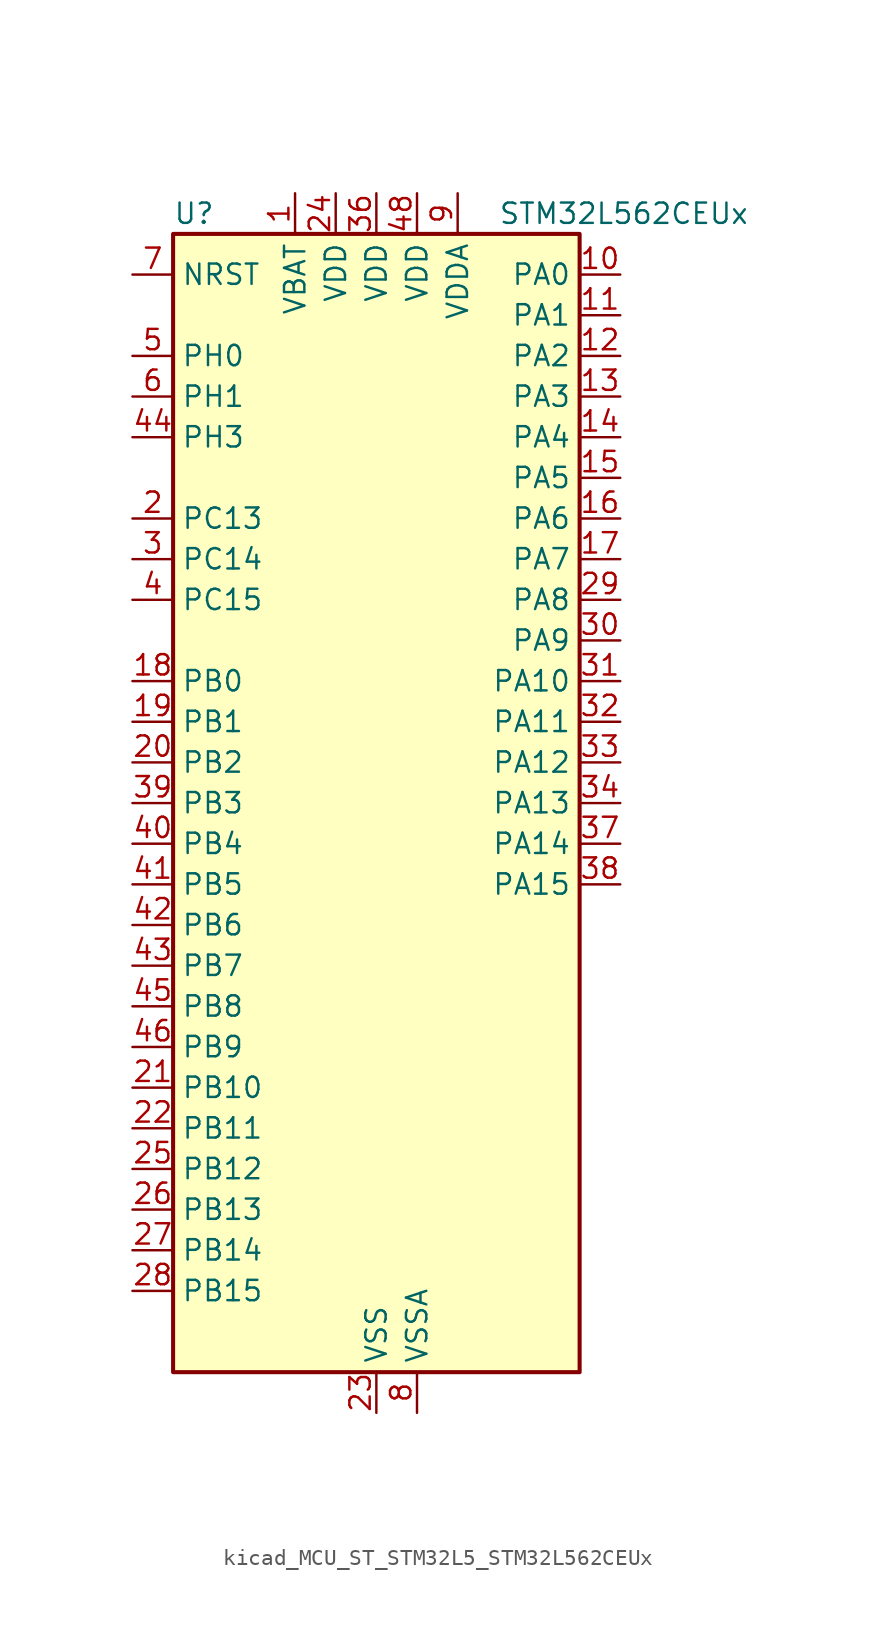
<source format=kicad_sym>
(kicad_symbol_lib
  (version 20220914)
  (generator kicad_symbol_editor)
  (symbol "kicad_MCU_ST_STM32L5_STM32L562CEUx"
    (property "Reference" "U"
      (at -12.7 36.83 0)
      (effects (font (size 1.27 1.27)) (justify left)))
    (property "Value" "STM32L562CEUx"
      (at 7.62 36.83 0)
      (effects (font (size 1.27 1.27)) (justify left)))
    (property "ki_locked" ""
      (at 0 0 0)
      (effects (font (size 1.27 1.27))))
    (symbol "kicad_MCU_ST_STM32L5_STM32L562CEUx_0_1"
      (rectangle (start -12.7 -35.56) (end 12.7 35.56) (stroke (width 0.254) (type default)) (fill (type background))))
    (symbol "kicad_MCU_ST_STM32L5_STM32L562CEUx_1_1"
      (pin power_in line (at -5.08 38.1 270) (length 2.54) (name "VBAT" (effects (font (size 1.27 1.27)))) (number "1" (effects (font (size 1.27 1.27)))))
      (pin bidirectional line (at 15.24 33.02 180) (length 2.54) (name "PA0" (effects (font (size 1.27 1.27)))) (number "10" (effects (font (size 1.27 1.27)))) (alternate "ADC1_IN5" bidirectional line) (alternate "ADC2_IN5" bidirectional line) (alternate "OPAMP1_VINP" bidirectional line) (alternate "PWR_WKUP1" bidirectional line) (alternate "SAI1_EXTCLK" bidirectional line) (alternate "TAMP_IN2" bidirectional line) (alternate "TAMP_OUT1" bidirectional line) (alternate "TIM2_CH1" bidirectional line) (alternate "TIM2_ETR" bidirectional line) (alternate "TIM5_CH1" bidirectional line) (alternate "TIM8_ETR" bidirectional line) (alternate "UART4_TX" bidirectional line) (alternate "USART2_CTS" bidirectional line) (alternate "USART2_NSS" bidirectional line))
      (pin bidirectional line (at 15.24 30.48 180) (length 2.54) (name "PA1" (effects (font (size 1.27 1.27)))) (number "11" (effects (font (size 1.27 1.27)))) (alternate "ADC1_IN6" bidirectional line) (alternate "ADC2_IN6" bidirectional line) (alternate "I2C1_SMBA" bidirectional line) (alternate "OCTOSPI1_DQS" bidirectional line) (alternate "OPAMP1_VINM" bidirectional line) (alternate "SPI1_SCK" bidirectional line) (alternate "TAMP_IN5" bidirectional line) (alternate "TAMP_OUT4" bidirectional line) (alternate "TIM15_CH1N" bidirectional line) (alternate "TIM2_CH2" bidirectional line) (alternate "TIM5_CH2" bidirectional line) (alternate "UART4_RX" bidirectional line) (alternate "USART2_DE" bidirectional line) (alternate "USART2_RTS" bidirectional line))
      (pin bidirectional line (at 15.24 27.94 180) (length 2.54) (name "PA2" (effects (font (size 1.27 1.27)))) (number "12" (effects (font (size 1.27 1.27)))) (alternate "ADC1_IN7" bidirectional line) (alternate "ADC2_IN7" bidirectional line) (alternate "COMP1_INP" bidirectional line) (alternate "LPUART1_TX" bidirectional line) (alternate "OCTOSPI1_NCS" bidirectional line) (alternate "PWR_WKUP4" bidirectional line) (alternate "RCC_LSCO" bidirectional line) (alternate "SAI2_EXTCLK" bidirectional line) (alternate "TIM15_CH1" bidirectional line) (alternate "TIM2_CH3" bidirectional line) (alternate "TIM5_CH3" bidirectional line) (alternate "UCPD1_FRSTX1" bidirectional line) (alternate "USART2_TX" bidirectional line))
      (pin bidirectional line (at 15.24 25.4 180) (length 2.54) (name "PA3" (effects (font (size 1.27 1.27)))) (number "13" (effects (font (size 1.27 1.27)))) (alternate "ADC1_IN8" bidirectional line) (alternate "ADC2_IN8" bidirectional line) (alternate "LPUART1_RX" bidirectional line) (alternate "OCTOSPI1_CLK" bidirectional line) (alternate "OPAMP1_VOUT" bidirectional line) (alternate "SAI1_CK1" bidirectional line) (alternate "SAI1_MCLK_A" bidirectional line) (alternate "TIM15_CH2" bidirectional line) (alternate "TIM2_CH4" bidirectional line) (alternate "TIM5_CH4" bidirectional line) (alternate "USART2_RX" bidirectional line))
      (pin bidirectional line (at 15.24 22.86 180) (length 2.54) (name "PA4" (effects (font (size 1.27 1.27)))) (number "14" (effects (font (size 1.27 1.27)))) (alternate "ADC1_IN9" bidirectional line) (alternate "ADC2_IN9" bidirectional line) (alternate "DAC1_OUT1" bidirectional line) (alternate "LPTIM2_OUT" bidirectional line) (alternate "OCTOSPI1_NCS" bidirectional line) (alternate "SAI1_FS_B" bidirectional line) (alternate "SPI1_NSS" bidirectional line) (alternate "SPI3_NSS" bidirectional line) (alternate "USART2_CK" bidirectional line))
      (pin bidirectional line (at 15.24 20.32 180) (length 2.54) (name "PA5" (effects (font (size 1.27 1.27)))) (number "15" (effects (font (size 1.27 1.27)))) (alternate "ADC1_IN10" bidirectional line) (alternate "ADC2_IN10" bidirectional line) (alternate "DAC1_OUT2" bidirectional line) (alternate "LPTIM2_ETR" bidirectional line) (alternate "SPI1_SCK" bidirectional line) (alternate "TIM2_CH1" bidirectional line) (alternate "TIM2_ETR" bidirectional line) (alternate "TIM8_CH1N" bidirectional line))
      (pin bidirectional line (at 15.24 17.78 180) (length 2.54) (name "PA6" (effects (font (size 1.27 1.27)))) (number "16" (effects (font (size 1.27 1.27)))) (alternate "ADC1_IN11" bidirectional line) (alternate "ADC2_IN11" bidirectional line) (alternate "LPUART1_CTS" bidirectional line) (alternate "OCTOSPI1_IO3" bidirectional line) (alternate "OPAMP2_VINP" bidirectional line) (alternate "SPI1_MISO" bidirectional line) (alternate "TIM16_CH1" bidirectional line) (alternate "TIM1_BKIN" bidirectional line) (alternate "TIM3_CH1" bidirectional line) (alternate "TIM8_BKIN" bidirectional line) (alternate "USART3_CTS" bidirectional line) (alternate "USART3_NSS" bidirectional line))
      (pin bidirectional line (at 15.24 15.24 180) (length 2.54) (name "PA7" (effects (font (size 1.27 1.27)))) (number "17" (effects (font (size 1.27 1.27)))) (alternate "ADC1_IN12" bidirectional line) (alternate "ADC2_IN12" bidirectional line) (alternate "I2C3_SCL" bidirectional line) (alternate "OCTOSPI1_IO2" bidirectional line) (alternate "OPAMP2_VINM" bidirectional line) (alternate "SPI1_MOSI" bidirectional line) (alternate "TIM17_CH1" bidirectional line) (alternate "TIM1_CH1N" bidirectional line) (alternate "TIM3_CH2" bidirectional line) (alternate "TIM8_CH1N" bidirectional line))
      (pin bidirectional line (at -15.24 7.62 0) (length 2.54) (name "PB0" (effects (font (size 1.27 1.27)))) (number "18" (effects (font (size 1.27 1.27)))) (alternate "ADC1_IN15" bidirectional line) (alternate "ADC2_IN15" bidirectional line) (alternate "COMP1_OUT" bidirectional line) (alternate "OCTOSPI1_IO1" bidirectional line) (alternate "OPAMP2_VOUT" bidirectional line) (alternate "SAI1_EXTCLK" bidirectional line) (alternate "SPI1_NSS" bidirectional line) (alternate "TIM1_CH2N" bidirectional line) (alternate "TIM3_CH3" bidirectional line) (alternate "TIM8_CH2N" bidirectional line) (alternate "USART3_CK" bidirectional line))
      (pin bidirectional line (at -15.24 5.08 0) (length 2.54) (name "PB1" (effects (font (size 1.27 1.27)))) (number "19" (effects (font (size 1.27 1.27)))) (alternate "ADC1_IN16" bidirectional line) (alternate "ADC2_IN16" bidirectional line) (alternate "COMP1_INM" bidirectional line) (alternate "DFSDM1_DATIN0" bidirectional line) (alternate "LPTIM2_IN1" bidirectional line) (alternate "LPUART1_DE" bidirectional line) (alternate "LPUART1_RTS" bidirectional line) (alternate "OCTOSPI1_IO0" bidirectional line) (alternate "TIM1_CH3N" bidirectional line) (alternate "TIM3_CH4" bidirectional line) (alternate "TIM8_CH3N" bidirectional line) (alternate "USART3_DE" bidirectional line) (alternate "USART3_RTS" bidirectional line))
      (pin bidirectional line (at -15.24 17.78 0) (length 2.54) (name "PC13" (effects (font (size 1.27 1.27)))) (number "2" (effects (font (size 1.27 1.27)))) (alternate "PWR_WKUP2" bidirectional line) (alternate "RTC_OUT1" bidirectional line) (alternate "RTC_TS" bidirectional line) (alternate "TAMP_IN1" bidirectional line) (alternate "TAMP_OUT2" bidirectional line))
      (pin bidirectional line (at -15.24 2.54 0) (length 2.54) (name "PB2" (effects (font (size 1.27 1.27)))) (number "20" (effects (font (size 1.27 1.27)))) (alternate "COMP1_INP" bidirectional line) (alternate "DFSDM1_CKIN0" bidirectional line) (alternate "I2C3_SMBA" bidirectional line) (alternate "LPTIM1_OUT" bidirectional line) (alternate "OCTOSPI1_DQS" bidirectional line) (alternate "RTC_OUT2" bidirectional line) (alternate "UCPD1_FRSTX1" bidirectional line))
      (pin bidirectional line (at -15.24 -17.78 0) (length 2.54) (name "PB10" (effects (font (size 1.27 1.27)))) (number "21" (effects (font (size 1.27 1.27)))) (alternate "COMP1_OUT" bidirectional line) (alternate "I2C2_SCL" bidirectional line) (alternate "I2C4_SCL" bidirectional line) (alternate "LPTIM3_OUT" bidirectional line) (alternate "LPUART1_RX" bidirectional line) (alternate "OCTOSPI1_CLK" bidirectional line) (alternate "SAI1_SCK_A" bidirectional line) (alternate "SPI2_SCK" bidirectional line) (alternate "TIM2_CH3" bidirectional line) (alternate "TSC_SYNC" bidirectional line) (alternate "USART3_TX" bidirectional line))
      (pin bidirectional line (at -15.24 -20.32 0) (length 2.54) (name "PB11" (effects (font (size 1.27 1.27)))) (number "22" (effects (font (size 1.27 1.27)))) (alternate "ADC1_EXTI11" bidirectional line) (alternate "ADC2_EXTI11" bidirectional line) (alternate "COMP2_OUT" bidirectional line) (alternate "I2C2_SDA" bidirectional line) (alternate "I2C4_SDA" bidirectional line) (alternate "LPUART1_TX" bidirectional line) (alternate "OCTOSPI1_NCS" bidirectional line) (alternate "TIM2_CH4" bidirectional line) (alternate "USART3_RX" bidirectional line))
      (pin power_in line (at 0 -38.1 90) (length 2.54) (name "VSS" (effects (font (size 1.27 1.27)))) (number "23" (effects (font (size 1.27 1.27)))))
      (pin power_in line (at -2.54 38.1 270) (length 2.54) (name "VDD" (effects (font (size 1.27 1.27)))) (number "24" (effects (font (size 1.27 1.27)))))
      (pin bidirectional line (at -15.24 -22.86 0) (length 2.54) (name "PB12" (effects (font (size 1.27 1.27)))) (number "25" (effects (font (size 1.27 1.27)))) (alternate "DFSDM1_DATIN1" bidirectional line) (alternate "I2C2_SMBA" bidirectional line) (alternate "LPUART1_DE" bidirectional line) (alternate "LPUART1_RTS" bidirectional line) (alternate "OCTOSPI1_NCLK" bidirectional line) (alternate "SAI2_FS_A" bidirectional line) (alternate "SPI2_NSS" bidirectional line) (alternate "TIM15_BKIN" bidirectional line) (alternate "TIM1_BKIN" bidirectional line) (alternate "TSC_G1_IO1" bidirectional line) (alternate "USART3_CK" bidirectional line))
      (pin bidirectional line (at -15.24 -25.4 0) (length 2.54) (name "PB13" (effects (font (size 1.27 1.27)))) (number "26" (effects (font (size 1.27 1.27)))) (alternate "DFSDM1_CKIN1" bidirectional line) (alternate "I2C2_SCL" bidirectional line) (alternate "LPTIM3_IN1" bidirectional line) (alternate "LPUART1_CTS" bidirectional line) (alternate "SAI2_SCK_A" bidirectional line) (alternate "SPI2_SCK" bidirectional line) (alternate "TIM15_CH1N" bidirectional line) (alternate "TIM1_CH1N" bidirectional line) (alternate "TSC_G1_IO2" bidirectional line) (alternate "UCPD1_FRSTX2" bidirectional line) (alternate "USART3_CTS" bidirectional line) (alternate "USART3_NSS" bidirectional line))
      (pin bidirectional line (at -15.24 -27.94 0) (length 2.54) (name "PB14" (effects (font (size 1.27 1.27)))) (number "27" (effects (font (size 1.27 1.27)))) (alternate "DFSDM1_DATIN2" bidirectional line) (alternate "I2C2_SDA" bidirectional line) (alternate "LPTIM3_ETR" bidirectional line) (alternate "SAI2_MCLK_A" bidirectional line) (alternate "SPI2_MISO" bidirectional line) (alternate "TIM15_CH1" bidirectional line) (alternate "TIM1_CH2N" bidirectional line) (alternate "TIM8_CH2N" bidirectional line) (alternate "TSC_G1_IO3" bidirectional line) (alternate "UCPD1_DBCC2" bidirectional line) (alternate "USART3_DE" bidirectional line) (alternate "USART3_RTS" bidirectional line))
      (pin bidirectional line (at -15.24 -30.48 0) (length 2.54) (name "PB15" (effects (font (size 1.27 1.27)))) (number "28" (effects (font (size 1.27 1.27)))) (alternate "ADC1_EXTI15" bidirectional line) (alternate "ADC2_EXTI15" bidirectional line) (alternate "DFSDM1_CKIN2" bidirectional line) (alternate "RTC_REFIN" bidirectional line) (alternate "SAI2_SD_A" bidirectional line) (alternate "SPI2_MOSI" bidirectional line) (alternate "TIM15_CH2" bidirectional line) (alternate "TIM1_CH3N" bidirectional line) (alternate "TIM8_CH3N" bidirectional line) (alternate "UCPD1_CC2" bidirectional line))
      (pin bidirectional line (at 15.24 12.7 180) (length 2.54) (name "PA8" (effects (font (size 1.27 1.27)))) (number "29" (effects (font (size 1.27 1.27)))) (alternate "LPTIM2_OUT" bidirectional line) (alternate "RCC_MCO" bidirectional line) (alternate "SAI1_CK2" bidirectional line) (alternate "SAI1_SCK_A" bidirectional line) (alternate "TIM1_CH1" bidirectional line) (alternate "USART1_CK" bidirectional line))
      (pin bidirectional line (at -15.24 15.24 0) (length 2.54) (name "PC14" (effects (font (size 1.27 1.27)))) (number "3" (effects (font (size 1.27 1.27)))) (alternate "RCC_OSC32_IN" bidirectional line))
      (pin bidirectional line (at 15.24 10.16 180) (length 2.54) (name "PA9" (effects (font (size 1.27 1.27)))) (number "30" (effects (font (size 1.27 1.27)))) (alternate "DAC1_EXTI9" bidirectional line) (alternate "SAI1_FS_A" bidirectional line) (alternate "SPI2_SCK" bidirectional line) (alternate "TIM15_BKIN" bidirectional line) (alternate "TIM1_CH2" bidirectional line) (alternate "USART1_TX" bidirectional line))
      (pin bidirectional line (at 15.24 7.62 180) (length 2.54) (name "PA10" (effects (font (size 1.27 1.27)))) (number "31" (effects (font (size 1.27 1.27)))) (alternate "CRS_SYNC" bidirectional line) (alternate "SAI1_D1" bidirectional line) (alternate "SAI1_SD_A" bidirectional line) (alternate "TIM17_BKIN" bidirectional line) (alternate "TIM1_CH3" bidirectional line) (alternate "USART1_RX" bidirectional line))
      (pin bidirectional line (at 15.24 5.08 180) (length 2.54) (name "PA11" (effects (font (size 1.27 1.27)))) (number "32" (effects (font (size 1.27 1.27)))) (alternate "ADC1_EXTI11" bidirectional line) (alternate "ADC2_EXTI11" bidirectional line) (alternate "FDCAN1_RX" bidirectional line) (alternate "SPI1_MISO" bidirectional line) (alternate "TIM1_BKIN2" bidirectional line) (alternate "TIM1_CH4" bidirectional line) (alternate "USART1_CTS" bidirectional line) (alternate "USART1_NSS" bidirectional line) (alternate "USB_DM" bidirectional line))
      (pin bidirectional line (at 15.24 2.54 180) (length 2.54) (name "PA12" (effects (font (size 1.27 1.27)))) (number "33" (effects (font (size 1.27 1.27)))) (alternate "FDCAN1_TX" bidirectional line) (alternate "SPI1_MOSI" bidirectional line) (alternate "TIM1_ETR" bidirectional line) (alternate "USART1_DE" bidirectional line) (alternate "USART1_RTS" bidirectional line) (alternate "USB_DP" bidirectional line))
      (pin bidirectional line (at 15.24 0 180) (length 2.54) (name "PA13" (effects (font (size 1.27 1.27)))) (number "34" (effects (font (size 1.27 1.27)))) (alternate "DEBUG_JTMS-SWDIO" bidirectional line) (alternate "IR_OUT" bidirectional line) (alternate "SAI1_SD_B" bidirectional line) (alternate "USB_NOE" bidirectional line))
      (pin passive line (at 0 -38.1 90) (length 2.54) hide (name "VSS" (effects (font (size 1.27 1.27)))) (number "35" (effects (font (size 1.27 1.27)))))
      (pin power_in line (at 0 38.1 270) (length 2.54) (name "VDD" (effects (font (size 1.27 1.27)))) (number "36" (effects (font (size 1.27 1.27)))))
      (pin bidirectional line (at 15.24 -2.54 180) (length 2.54) (name "PA14" (effects (font (size 1.27 1.27)))) (number "37" (effects (font (size 1.27 1.27)))) (alternate "DEBUG_JTCK-SWCLK" bidirectional line) (alternate "I2C1_SMBA" bidirectional line) (alternate "I2C4_SMBA" bidirectional line) (alternate "LPTIM1_OUT" bidirectional line) (alternate "SAI1_FS_B" bidirectional line))
      (pin bidirectional line (at 15.24 -5.08 180) (length 2.54) (name "PA15" (effects (font (size 1.27 1.27)))) (number "38" (effects (font (size 1.27 1.27)))) (alternate "ADC1_EXTI15" bidirectional line) (alternate "ADC2_EXTI15" bidirectional line) (alternate "DEBUG_JTDI" bidirectional line) (alternate "SAI2_FS_B" bidirectional line) (alternate "SPI1_NSS" bidirectional line) (alternate "SPI3_NSS" bidirectional line) (alternate "TIM2_CH1" bidirectional line) (alternate "TIM2_ETR" bidirectional line) (alternate "UART4_DE" bidirectional line) (alternate "UART4_RTS" bidirectional line) (alternate "UCPD1_CC1" bidirectional line) (alternate "USART2_RX" bidirectional line) (alternate "USART3_DE" bidirectional line) (alternate "USART3_RTS" bidirectional line))
      (pin bidirectional line (at -15.24 0 0) (length 2.54) (name "PB3" (effects (font (size 1.27 1.27)))) (number "39" (effects (font (size 1.27 1.27)))) (alternate "COMP2_INM" bidirectional line) (alternate "CRS_SYNC" bidirectional line) (alternate "DEBUG_JTDO-SWO" bidirectional line) (alternate "SAI1_SCK_B" bidirectional line) (alternate "SPI1_SCK" bidirectional line) (alternate "SPI3_SCK" bidirectional line) (alternate "TIM2_CH2" bidirectional line) (alternate "USART1_DE" bidirectional line) (alternate "USART1_RTS" bidirectional line))
      (pin bidirectional line (at -15.24 12.7 0) (length 2.54) (name "PC15" (effects (font (size 1.27 1.27)))) (number "4" (effects (font (size 1.27 1.27)))) (alternate "ADC1_EXTI15" bidirectional line) (alternate "ADC2_EXTI15" bidirectional line) (alternate "RCC_OSC32_OUT" bidirectional line))
      (pin bidirectional line (at -15.24 -2.54 0) (length 2.54) (name "PB4" (effects (font (size 1.27 1.27)))) (number "40" (effects (font (size 1.27 1.27)))) (alternate "COMP2_INP" bidirectional line) (alternate "DEBUG_JTRST" bidirectional line) (alternate "I2C3_SDA" bidirectional line) (alternate "SAI1_MCLK_B" bidirectional line) (alternate "SPI1_MISO" bidirectional line) (alternate "SPI3_MISO" bidirectional line) (alternate "TIM17_BKIN" bidirectional line) (alternate "TIM3_CH1" bidirectional line) (alternate "TSC_G2_IO1" bidirectional line) (alternate "USART1_CTS" bidirectional line) (alternate "USART1_NSS" bidirectional line))
      (pin bidirectional line (at -15.24 -5.08 0) (length 2.54) (name "PB5" (effects (font (size 1.27 1.27)))) (number "41" (effects (font (size 1.27 1.27)))) (alternate "COMP2_OUT" bidirectional line) (alternate "I2C1_SMBA" bidirectional line) (alternate "LPTIM1_IN1" bidirectional line) (alternate "OCTOSPI1_NCLK" bidirectional line) (alternate "SAI1_SD_B" bidirectional line) (alternate "SPI1_MOSI" bidirectional line) (alternate "SPI3_MOSI" bidirectional line) (alternate "TIM16_BKIN" bidirectional line) (alternate "TIM3_CH2" bidirectional line) (alternate "TSC_G2_IO2" bidirectional line) (alternate "UCPD1_DBCC1" bidirectional line) (alternate "USART1_CK" bidirectional line))
      (pin bidirectional line (at -15.24 -7.62 0) (length 2.54) (name "PB6" (effects (font (size 1.27 1.27)))) (number "42" (effects (font (size 1.27 1.27)))) (alternate "COMP2_INP" bidirectional line) (alternate "I2C1_SCL" bidirectional line) (alternate "I2C4_SCL" bidirectional line) (alternate "LPTIM1_ETR" bidirectional line) (alternate "SAI1_FS_B" bidirectional line) (alternate "TIM16_CH1N" bidirectional line) (alternate "TIM4_CH1" bidirectional line) (alternate "TIM8_BKIN2" bidirectional line) (alternate "TSC_G2_IO3" bidirectional line) (alternate "USART1_TX" bidirectional line))
      (pin bidirectional line (at -15.24 -10.16 0) (length 2.54) (name "PB7" (effects (font (size 1.27 1.27)))) (number "43" (effects (font (size 1.27 1.27)))) (alternate "COMP2_INM" bidirectional line) (alternate "I2C1_SDA" bidirectional line) (alternate "I2C4_SDA" bidirectional line) (alternate "LPTIM1_IN2" bidirectional line) (alternate "PWR_PVD_IN" bidirectional line) (alternate "TIM17_CH1N" bidirectional line) (alternate "TIM4_CH2" bidirectional line) (alternate "TIM8_BKIN" bidirectional line) (alternate "TSC_G2_IO4" bidirectional line) (alternate "UART4_CTS" bidirectional line) (alternate "USART1_RX" bidirectional line))
      (pin bidirectional line (at -15.24 22.86 0) (length 2.54) (name "PH3" (effects (font (size 1.27 1.27)))) (number "44" (effects (font (size 1.27 1.27)))))
      (pin bidirectional line (at -15.24 -12.7 0) (length 2.54) (name "PB8" (effects (font (size 1.27 1.27)))) (number "45" (effects (font (size 1.27 1.27)))) (alternate "DFSDM1_CKOUT" bidirectional line) (alternate "FDCAN1_RX" bidirectional line) (alternate "I2C1_SCL" bidirectional line) (alternate "SAI1_CK1" bidirectional line) (alternate "SAI1_MCLK_A" bidirectional line) (alternate "TIM16_CH1" bidirectional line) (alternate "TIM4_CH3" bidirectional line))
      (pin bidirectional line (at -15.24 -15.24 0) (length 2.54) (name "PB9" (effects (font (size 1.27 1.27)))) (number "46" (effects (font (size 1.27 1.27)))) (alternate "DAC1_EXTI9" bidirectional line) (alternate "FDCAN1_TX" bidirectional line) (alternate "I2C1_SDA" bidirectional line) (alternate "IR_OUT" bidirectional line) (alternate "SAI1_D2" bidirectional line) (alternate "SAI1_FS_A" bidirectional line) (alternate "SPI2_NSS" bidirectional line) (alternate "TIM17_CH1" bidirectional line) (alternate "TIM4_CH4" bidirectional line))
      (pin passive line (at 0 -38.1 90) (length 2.54) hide (name "VSS" (effects (font (size 1.27 1.27)))) (number "47" (effects (font (size 1.27 1.27)))))
      (pin power_in line (at 2.54 38.1 270) (length 2.54) (name "VDD" (effects (font (size 1.27 1.27)))) (number "48" (effects (font (size 1.27 1.27)))))
      (pin passive line (at 0 -38.1 90) (length 2.54) hide (name "VSS" (effects (font (size 1.27 1.27)))) (number "49" (effects (font (size 1.27 1.27)))))
      (pin bidirectional line (at -15.24 27.94 0) (length 2.54) (name "PH0" (effects (font (size 1.27 1.27)))) (number "5" (effects (font (size 1.27 1.27)))) (alternate "RCC_OSC_IN" bidirectional line))
      (pin bidirectional line (at -15.24 25.4 0) (length 2.54) (name "PH1" (effects (font (size 1.27 1.27)))) (number "6" (effects (font (size 1.27 1.27)))) (alternate "RCC_OSC_OUT" bidirectional line))
      (pin input line (at -15.24 33.02 0) (length 2.54) (name "NRST" (effects (font (size 1.27 1.27)))) (number "7" (effects (font (size 1.27 1.27)))))
      (pin power_in line (at 2.54 -38.1 90) (length 2.54) (name "VSSA" (effects (font (size 1.27 1.27)))) (number "8" (effects (font (size 1.27 1.27)))))
      (pin power_in line (at 5.08 38.1 270) (length 2.54) (name "VDDA" (effects (font (size 1.27 1.27)))) (number "9" (effects (font (size 1.27 1.27))))))))
</source>
